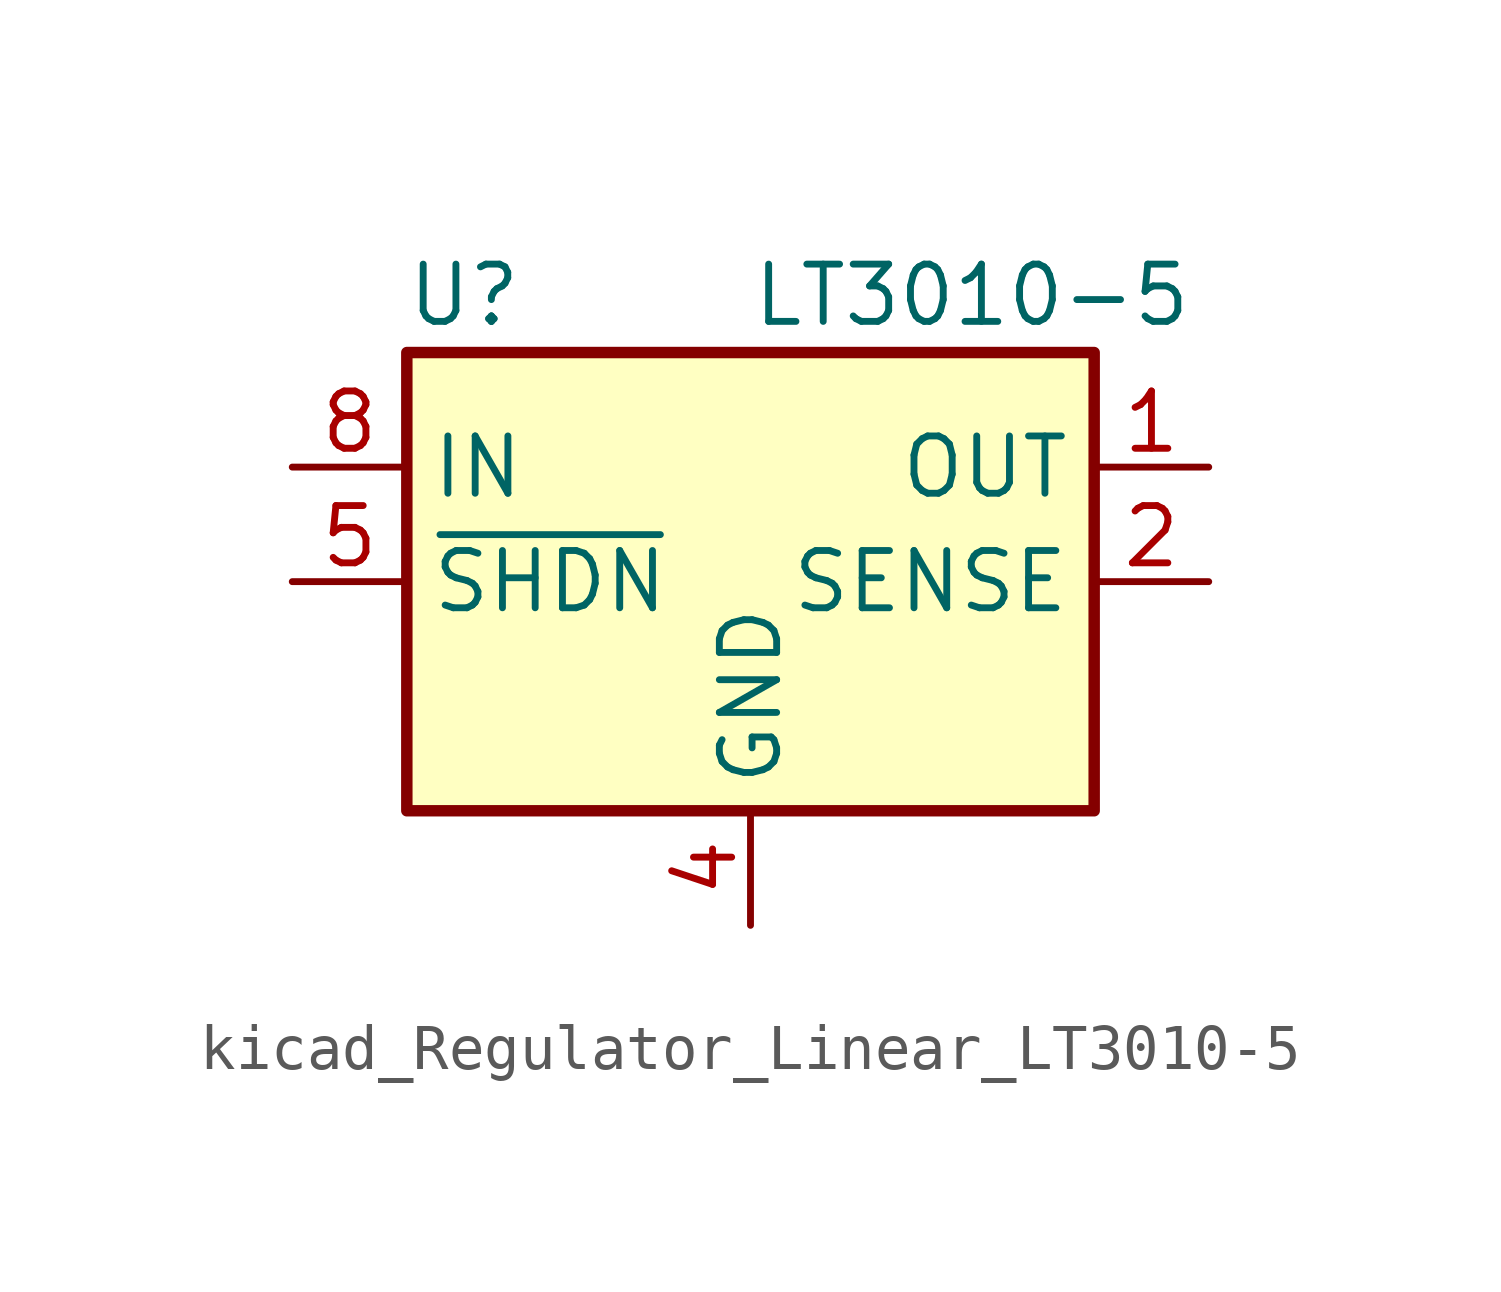
<source format=kicad_sym>
(kicad_symbol_lib
  (version 20220914)
  (generator kicad_symbol_editor)
  (symbol "kicad_Regulator_Linear_LT3010-5"
    (property "Reference" "U"
      (at -6.35 6.35 0)
      (effects (font (size 1.27 1.27))))
    (property "Value" "LT3010-5"
      (at 0 6.35 0)
      (effects (font (size 1.27 1.27)) (justify left)))
    (symbol "kicad_Regulator_Linear_LT3010-5_0_1"
      (rectangle (start -7.62 5.08) (end 7.62 -5.08) (stroke (width 0.254) (type default)) (fill (type background))))
    (symbol "kicad_Regulator_Linear_LT3010-5_1_1"
      (pin power_out line (at 10.16 2.54 180) (length 2.54) (name "OUT" (effects (font (size 1.27 1.27)))) (number "1" (effects (font (size 1.27 1.27)))))
      (pin passive line (at 10.16 0 180) (length 2.54) (name "SENSE" (effects (font (size 1.27 1.27)))) (number "2" (effects (font (size 1.27 1.27)))))
      (pin no_connect line (at -7.62 -2.54 0) (length 2.54) hide (name "NC" (effects (font (size 1.27 1.27)))) (number "3" (effects (font (size 1.27 1.27)))))
      (pin power_in line (at 0 -7.62 90) (length 2.54) (name "GND" (effects (font (size 1.27 1.27)))) (number "4" (effects (font (size 1.27 1.27)))))
      (pin input line (at -10.16 0 0) (length 2.54) (name "~{SHDN}" (effects (font (size 1.27 1.27)))) (number "5" (effects (font (size 1.27 1.27)))))
      (pin no_connect line (at 7.62 -2.54 180) (length 2.54) hide (name "NC" (effects (font (size 1.27 1.27)))) (number "6" (effects (font (size 1.27 1.27)))))
      (pin no_connect line (at 2.54 -5.08 90) (length 2.54) hide (name "NC" (effects (font (size 1.27 1.27)))) (number "7" (effects (font (size 1.27 1.27)))))
      (pin power_in line (at -10.16 2.54 0) (length 2.54) (name "IN" (effects (font (size 1.27 1.27)))) (number "8" (effects (font (size 1.27 1.27)))))
      (pin passive line (at 0 -7.62 90) (length 2.54) hide (name "GND" (effects (font (size 1.27 1.27)))) (number "9" (effects (font (size 1.27 1.27))))))))
</source>
